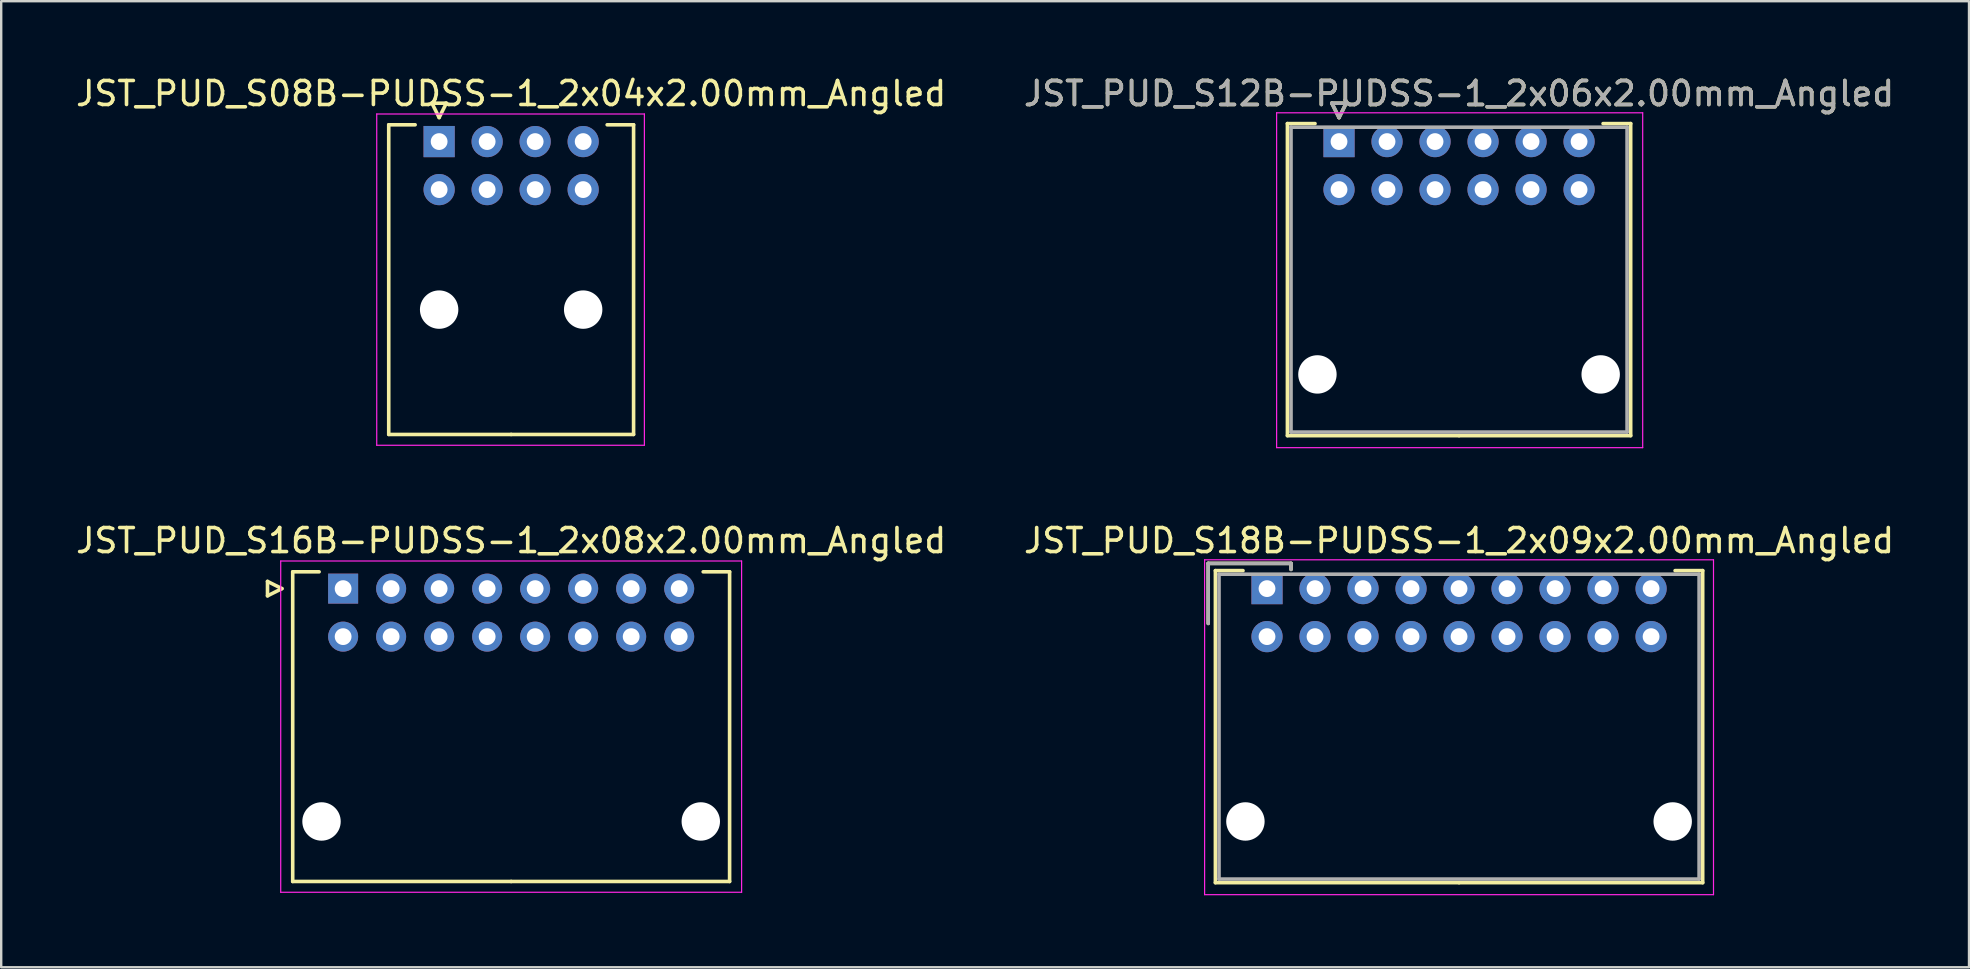
<source format=kicad_pcb>
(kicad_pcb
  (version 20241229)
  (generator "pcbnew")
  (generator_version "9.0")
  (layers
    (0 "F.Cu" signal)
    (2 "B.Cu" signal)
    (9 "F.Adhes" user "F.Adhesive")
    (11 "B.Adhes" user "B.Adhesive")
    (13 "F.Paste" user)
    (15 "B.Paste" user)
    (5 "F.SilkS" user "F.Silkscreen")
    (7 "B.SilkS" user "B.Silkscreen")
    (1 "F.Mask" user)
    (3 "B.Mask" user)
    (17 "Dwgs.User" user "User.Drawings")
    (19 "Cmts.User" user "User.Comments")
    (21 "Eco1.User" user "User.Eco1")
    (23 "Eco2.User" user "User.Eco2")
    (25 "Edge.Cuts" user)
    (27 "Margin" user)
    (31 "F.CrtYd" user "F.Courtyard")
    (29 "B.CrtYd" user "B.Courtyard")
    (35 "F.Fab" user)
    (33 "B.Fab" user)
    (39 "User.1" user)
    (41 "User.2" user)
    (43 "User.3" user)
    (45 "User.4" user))
  (footprint "JST_PUD_S12B-PUDSS-1_2x06x2.00mm_Angled"
    (layer "F.Cu")
    (at 52.732 2.848)
    (property "Reference" "JST_PUD_S12B-PUDSS-1_2x06x2.00mm_Angled" (at 5 -2 0) (layer "F.SilkS") (effects (font (size 1 1) (thickness 0.15))))
    (attr through_hole)
    (fp_line (start -2.15 -0.75) (end -2.15 12.25) (stroke (width 0.15) (type solid)) (layer "F.SilkS"))
    (fp_line (start -2.15 12.25) (end 5 12.25) (stroke (width 0.15) (type solid)) (layer "F.SilkS"))
    (fp_line (start -1 -0.75) (end -2.15 -0.75) (stroke (width 0.15) (type solid)) (layer "F.SilkS"))
    (fp_line (start -0.3 -1.6) (end 0.3 -1.6) (stroke (width 0.15) (type solid)) (layer "F.SilkS"))
    (fp_line (start 0 -1) (end -0.3 -1.6) (stroke (width 0.15) (type solid)) (layer "F.SilkS"))
    (fp_line (start 0.3 -1.6) (end 0 -1) (stroke (width 0.15) (type solid)) (layer "F.SilkS"))
    (fp_line (start 11 -0.75) (end 12.15 -0.75) (stroke (width 0.15) (type solid)) (layer "F.SilkS"))
    (fp_line (start 12.15 -0.75) (end 12.15 12.25) (stroke (width 0.15) (type solid)) (layer "F.SilkS"))
    (fp_line (start 12.15 12.25) (end 5 12.25) (stroke (width 0.15) (type solid)) (layer "F.SilkS"))
    (fp_line (start -2.6 -1.2) (end -2.6 12.75) (stroke (width 0.05) (type solid)) (layer "F.CrtYd"))
    (fp_line (start -2.6 12.75) (end 12.65 12.75) (stroke (width 0.05) (type solid)) (layer "F.CrtYd"))
    (fp_line (start 12.65 -1.2) (end -2.6 -1.2) (stroke (width 0.05) (type solid)) (layer "F.CrtYd"))
    (fp_line (start 12.65 12.75) (end 12.65 -1.2) (stroke (width 0.05) (type solid)) (layer "F.CrtYd"))
    (fp_line (start -2 -0.6) (end -2 12.1) (stroke (width 0.15) (type solid)) (layer "F.Fab"))
    (fp_line (start -2 12.1) (end 12 12.1) (stroke (width 0.15) (type solid)) (layer "F.Fab"))
    (fp_line (start -0.3 -1.6) (end 0.3 -1.6) (stroke (width 0.15) (type solid)) (layer "F.Fab"))
    (fp_line (start 0 -1) (end -0.3 -1.6) (stroke (width 0.15) (type solid)) (layer "F.Fab"))
    (fp_line (start 0.3 -1.6) (end 0 -1) (stroke (width 0.15) (type solid)) (layer "F.Fab"))
    (fp_line (start 12 -0.6) (end -2 -0.6) (stroke (width 0.15) (type solid)) (layer "F.Fab"))
    (fp_line (start 12 12.1) (end 12 -0.6) (stroke (width 0.15) (type solid)) (layer "F.Fab"))
    (fp_text user "${REFERENCE}" (at 5 -2 0) (layer "F.Fab") (effects (font (size 1 1) (thickness 0.15))))
    (pad "" np_thru_hole circle (at -0.9 9.7) (size 1.6 1.6) (drill 1.6) (layers "*.Cu"))
    (pad "" np_thru_hole circle (at 10.9 9.7) (size 1.6 1.6) (drill 1.6) (layers "*.Cu"))
    (pad "1" thru_hole rect (at 0 0) (size 1.3 1.3) (drill 0.7) (layers "*.Cu" "*.Mask"))
    (pad "2" thru_hole circle (at 0 2) (size 1.3 1.3) (drill 0.7) (layers "*.Cu" "*.Mask"))
    (pad "3" thru_hole circle (at 2 0) (size 1.3 1.3) (drill 0.7) (layers "*.Cu" "*.Mask"))
    (pad "4" thru_hole circle (at 2 2) (size 1.3 1.3) (drill 0.7) (layers "*.Cu" "*.Mask"))
    (pad "5" thru_hole circle (at 4 0) (size 1.3 1.3) (drill 0.7) (layers "*.Cu" "*.Mask"))
    (pad "6" thru_hole circle (at 4 2) (size 1.3 1.3) (drill 0.7) (layers "*.Cu" "*.Mask"))
    (pad "7" thru_hole circle (at 6 0) (size 1.3 1.3) (drill 0.7) (layers "*.Cu" "*.Mask"))
    (pad "8" thru_hole circle (at 6 2) (size 1.3 1.3) (drill 0.7) (layers "*.Cu" "*.Mask"))
    (pad "9" thru_hole circle (at 8 0) (size 1.3 1.3) (drill 0.7) (layers "*.Cu" "*.Mask"))
    (pad "10" thru_hole circle (at 8 2) (size 1.3 1.3) (drill 0.7) (layers "*.Cu" "*.Mask"))
    (pad "11" thru_hole circle (at 10 0) (size 1.3 1.3) (drill 0.7) (layers "*.Cu" "*.Mask"))
    (pad "12" thru_hole circle (at 10 2) (size 1.3 1.3) (drill 0.7) (layers "*.Cu" "*.Mask")))
  (footprint "JST_PUD_S18B-PUDSS-1_2x09x2.00mm_Angled"
    (layer "F.Cu")
    (at 49.732 21.471)
    (property "Reference" "JST_PUD_S18B-PUDSS-1_2x09x2.00mm_Angled" (at 8 -2 0) (layer "F.SilkS") (effects (font (size 1 1) (thickness 0.15))))
    (attr through_hole)
    (fp_line (start -2.45 -1.05) (end -2.45 1.45) (stroke (width 0.15) (type solid)) (layer "F.SilkS"))
    (fp_line (start -2.15 -0.75) (end -2.15 12.25) (stroke (width 0.15) (type solid)) (layer "F.SilkS"))
    (fp_line (start -2.15 12.25) (end 8 12.25) (stroke (width 0.15) (type solid)) (layer "F.SilkS"))
    (fp_line (start -1 -0.75) (end -2.15 -0.75) (stroke (width 0.15) (type solid)) (layer "F.SilkS"))
    (fp_line (start 1 -1.05) (end -2.45 -1.05) (stroke (width 0.15) (type solid)) (layer "F.SilkS"))
    (fp_line (start 1 -0.8) (end 1 -1.05) (stroke (width 0.15) (type solid)) (layer "F.SilkS"))
    (fp_line (start 17 -0.75) (end 18.15 -0.75) (stroke (width 0.15) (type solid)) (layer "F.SilkS"))
    (fp_line (start 18.15 -0.75) (end 18.15 12.25) (stroke (width 0.15) (type solid)) (layer "F.SilkS"))
    (fp_line (start 18.15 12.25) (end 8 12.25) (stroke (width 0.15) (type solid)) (layer "F.SilkS"))
    (fp_line (start -2.6 -1.2) (end -2.6 12.75) (stroke (width 0.05) (type solid)) (layer "F.CrtYd"))
    (fp_line (start -2.6 12.75) (end 18.6 12.75) (stroke (width 0.05) (type solid)) (layer "F.CrtYd"))
    (fp_line (start 18.6 -1.2) (end -2.6 -1.2) (stroke (width 0.05) (type solid)) (layer "F.CrtYd"))
    (fp_line (start 18.6 12.75) (end 18.6 -1.2) (stroke (width 0.05) (type solid)) (layer "F.CrtYd"))
    (fp_line (start -2.45 -1.05) (end -2.45 1.45) (stroke (width 0.15) (type solid)) (layer "F.Fab"))
    (fp_line (start -2 -0.6) (end -2 12.1) (stroke (width 0.15) (type solid)) (layer "F.Fab"))
    (fp_line (start -2 12.1) (end 18 12.1) (stroke (width 0.15) (type solid)) (layer "F.Fab"))
    (fp_line (start 1 -1.05) (end -2.45 -1.05) (stroke (width 0.15) (type solid)) (layer "F.Fab"))
    (fp_line (start 1 -0.8) (end 1 -1.05) (stroke (width 0.15) (type solid)) (layer "F.Fab"))
    (fp_line (start 18 -0.6) (end -2 -0.6) (stroke (width 0.15) (type solid)) (layer "F.Fab"))
    (fp_line (start 18 12.1) (end 18 -0.6) (stroke (width 0.15) (type solid)) (layer "F.Fab"))
    (pad "" np_thru_hole circle (at -0.9 9.7) (size 1.6 1.6) (drill 1.6) (layers "*.Cu"))
    (pad "" np_thru_hole circle (at 16.9 9.7) (size 1.6 1.6) (drill 1.6) (layers "*.Cu"))
    (pad "1" thru_hole rect (at 0 0) (size 1.3 1.3) (drill 0.7) (layers "*.Cu" "*.Mask"))
    (pad "2" thru_hole circle (at 0 2) (size 1.3 1.3) (drill 0.7) (layers "*.Cu" "*.Mask"))
    (pad "3" thru_hole circle (at 2 0) (size 1.3 1.3) (drill 0.7) (layers "*.Cu" "*.Mask"))
    (pad "4" thru_hole circle (at 2 2) (size 1.3 1.3) (drill 0.7) (layers "*.Cu" "*.Mask"))
    (pad "5" thru_hole circle (at 4 0) (size 1.3 1.3) (drill 0.7) (layers "*.Cu" "*.Mask"))
    (pad "6" thru_hole circle (at 4 2) (size 1.3 1.3) (drill 0.7) (layers "*.Cu" "*.Mask"))
    (pad "7" thru_hole circle (at 6 0) (size 1.3 1.3) (drill 0.7) (layers "*.Cu" "*.Mask"))
    (pad "8" thru_hole circle (at 6 2) (size 1.3 1.3) (drill 0.7) (layers "*.Cu" "*.Mask"))
    (pad "9" thru_hole circle (at 8 0) (size 1.3 1.3) (drill 0.7) (layers "*.Cu" "*.Mask"))
    (pad "10" thru_hole circle (at 8 2) (size 1.3 1.3) (drill 0.7) (layers "*.Cu" "*.Mask"))
    (pad "11" thru_hole circle (at 10 0) (size 1.3 1.3) (drill 0.7) (layers "*.Cu" "*.Mask"))
    (pad "12" thru_hole circle (at 10 2) (size 1.3 1.3) (drill 0.7) (layers "*.Cu" "*.Mask"))
    (pad "13" thru_hole circle (at 12 0) (size 1.3 1.3) (drill 0.7) (layers "*.Cu" "*.Mask"))
    (pad "14" thru_hole circle (at 12 2) (size 1.3 1.3) (drill 0.7) (layers "*.Cu" "*.Mask"))
    (pad "15" thru_hole circle (at 14 0) (size 1.3 1.3) (drill 0.7) (layers "*.Cu" "*.Mask"))
    (pad "16" thru_hole circle (at 14 2) (size 1.3 1.3) (drill 0.7) (layers "*.Cu" "*.Mask"))
    (pad "17" thru_hole circle (at 16 0) (size 1.3 1.3) (drill 0.7) (layers "*.Cu" "*.Mask"))
    (pad "18" thru_hole circle (at 16 2) (size 1.3 1.3) (drill 0.7) (layers "*.Cu" "*.Mask")))
  (footprint "JST_PUD_S16B-PUDSS-1_2x08x2.00mm_Angled"
    (layer "F.Cu")
    (at 11.244 21.471)
    (property "Reference" "JST_PUD_S16B-PUDSS-1_2x08x2.00mm_Angled" (at 7 -2 0) (layer "F.SilkS") (effects (font (size 1 1) (thickness 0.15))))
    (attr through_hole)
    (fp_line (start -3.15 -0.3) (end -3.15 0.3) (stroke (width 0.15) (type solid)) (layer "F.SilkS"))
    (fp_line (start -3.15 0.3) (end -2.55 0) (stroke (width 0.15) (type solid)) (layer "F.SilkS"))
    (fp_line (start -2.55 0) (end -3.15 -0.3) (stroke (width 0.15) (type solid)) (layer "F.SilkS"))
    (fp_line (start -2.1 -0.7) (end -2.1 12.2) (stroke (width 0.15) (type solid)) (layer "F.SilkS"))
    (fp_line (start -2.1 12.2) (end 7 12.2) (stroke (width 0.15) (type solid)) (layer "F.SilkS"))
    (fp_line (start -1 -0.7) (end -2.1 -0.7) (stroke (width 0.15) (type solid)) (layer "F.SilkS"))
    (fp_line (start 15 -0.7) (end 16.1 -0.7) (stroke (width 0.15) (type solid)) (layer "F.SilkS"))
    (fp_line (start 16.1 -0.7) (end 16.1 12.2) (stroke (width 0.15) (type solid)) (layer "F.SilkS"))
    (fp_line (start 16.1 12.2) (end 7 12.2) (stroke (width 0.15) (type solid)) (layer "F.SilkS"))
    (fp_line (start -2.6 -1.15) (end -2.6 12.65) (stroke (width 0.05) (type solid)) (layer "F.CrtYd"))
    (fp_line (start -2.6 12.65) (end 16.6 12.65) (stroke (width 0.05) (type solid)) (layer "F.CrtYd"))
    (fp_line (start 16.6 -1.15) (end -2.6 -1.15) (stroke (width 0.05) (type solid)) (layer "F.CrtYd"))
    (fp_line (start 16.6 12.65) (end 16.6 -1.15) (stroke (width 0.05) (type solid)) (layer "F.CrtYd"))
    (pad "" np_thru_hole circle (at -0.9 9.7) (size 1.6 1.6) (drill 1.6) (layers "*.Cu"))
    (pad "" np_thru_hole circle (at 14.9 9.7) (size 1.6 1.6) (drill 1.6) (layers "*.Cu"))
    (pad "1" thru_hole rect (at 0 0) (size 1.25 1.25) (drill 0.7) (layers "*.Cu" "*.Mask"))
    (pad "2" thru_hole circle (at 0 2) (size 1.25 1.25) (drill 0.7) (layers "*.Cu" "*.Mask"))
    (pad "3" thru_hole circle (at 2 0) (size 1.25 1.25) (drill 0.7) (layers "*.Cu" "*.Mask"))
    (pad "4" thru_hole circle (at 2 2) (size 1.25 1.25) (drill 0.7) (layers "*.Cu" "*.Mask"))
    (pad "5" thru_hole circle (at 4 0) (size 1.25 1.25) (drill 0.7) (layers "*.Cu" "*.Mask"))
    (pad "6" thru_hole circle (at 4 2) (size 1.25 1.25) (drill 0.7) (layers "*.Cu" "*.Mask"))
    (pad "7" thru_hole circle (at 6 0) (size 1.25 1.25) (drill 0.7) (layers "*.Cu" "*.Mask"))
    (pad "8" thru_hole circle (at 6 2) (size 1.25 1.25) (drill 0.7) (layers "*.Cu" "*.Mask"))
    (pad "9" thru_hole circle (at 8 0) (size 1.25 1.25) (drill 0.7) (layers "*.Cu" "*.Mask"))
    (pad "10" thru_hole circle (at 8 2) (size 1.25 1.25) (drill 0.7) (layers "*.Cu" "*.Mask"))
    (pad "11" thru_hole circle (at 10 0) (size 1.25 1.25) (drill 0.7) (layers "*.Cu" "*.Mask"))
    (pad "12" thru_hole circle (at 10 2) (size 1.25 1.25) (drill 0.7) (layers "*.Cu" "*.Mask"))
    (pad "13" thru_hole circle (at 12 0) (size 1.25 1.25) (drill 0.7) (layers "*.Cu" "*.Mask"))
    (pad "14" thru_hole circle (at 12 2) (size 1.25 1.25) (drill 0.7) (layers "*.Cu" "*.Mask"))
    (pad "15" thru_hole circle (at 14 0) (size 1.25 1.25) (drill 0.7) (layers "*.Cu" "*.Mask"))
    (pad "16" thru_hole circle (at 14 2) (size 1.25 1.25) (drill 0.7) (layers "*.Cu" "*.Mask")))
  (footprint "JST_PUD_S08B-PUDSS-1_2x04x2.00mm_Angled"
    (layer "F.Cu")
    (at 15.244 2.848)
    (property "Reference" "JST_PUD_S08B-PUDSS-1_2x04x2.00mm_Angled" (at 3 -2 0) (layer "F.SilkS") (effects (font (size 1 1) (thickness 0.15))))
    (attr through_hole)
    (fp_line (start -2.1 -0.7) (end -2.1 12.2) (stroke (width 0.15) (type solid)) (layer "F.SilkS"))
    (fp_line (start -2.1 12.2) (end 3 12.2) (stroke (width 0.15) (type solid)) (layer "F.SilkS"))
    (fp_line (start -1 -0.7) (end -2.1 -0.7) (stroke (width 0.15) (type solid)) (layer "F.SilkS"))
    (fp_line (start -0.3 -1.6) (end 0.3 -1.6) (stroke (width 0.15) (type solid)) (layer "F.SilkS"))
    (fp_line (start 0 -1) (end -0.3 -1.6) (stroke (width 0.15) (type solid)) (layer "F.SilkS"))
    (fp_line (start 0.3 -1.6) (end 0 -1) (stroke (width 0.15) (type solid)) (layer "F.SilkS"))
    (fp_line (start 7 -0.7) (end 8.1 -0.7) (stroke (width 0.15) (type solid)) (layer "F.SilkS"))
    (fp_line (start 8.1 -0.7) (end 8.1 12.2) (stroke (width 0.15) (type solid)) (layer "F.SilkS"))
    (fp_line (start 8.1 12.2) (end 3 12.2) (stroke (width 0.15) (type solid)) (layer "F.SilkS"))
    (fp_line (start -2.6 -1.15) (end -2.6 12.65) (stroke (width 0.05) (type solid)) (layer "F.CrtYd"))
    (fp_line (start -2.6 12.65) (end 8.55 12.65) (stroke (width 0.05) (type solid)) (layer "F.CrtYd"))
    (fp_line (start 8.55 -1.15) (end -2.6 -1.15) (stroke (width 0.05) (type solid)) (layer "F.CrtYd"))
    (fp_line (start 8.55 12.65) (end 8.55 -1.15) (stroke (width 0.05) (type solid)) (layer "F.CrtYd"))
    (pad "" np_thru_hole circle (at 0 7) (size 1.6 1.6) (drill 1.6) (layers "*.Cu"))
    (pad "" np_thru_hole circle (at 6 7) (size 1.6 1.6) (drill 1.6) (layers "*.Cu"))
    (pad "1" thru_hole rect (at 0 0) (size 1.3 1.3) (drill 0.7) (layers "*.Cu" "*.Mask"))
    (pad "2" thru_hole circle (at 0 2) (size 1.3 1.3) (drill 0.7) (layers "*.Cu" "*.Mask"))
    (pad "3" thru_hole circle (at 2 0) (size 1.3 1.3) (drill 0.7) (layers "*.Cu" "*.Mask"))
    (pad "4" thru_hole circle (at 2 2) (size 1.3 1.3) (drill 0.7) (layers "*.Cu" "*.Mask"))
    (pad "5" thru_hole circle (at 4 0) (size 1.3 1.3) (drill 0.7) (layers "*.Cu" "*.Mask"))
    (pad "6" thru_hole circle (at 4 2) (size 1.3 1.3) (drill 0.7) (layers "*.Cu" "*.Mask"))
    (pad "7" thru_hole circle (at 6 0) (size 1.3 1.3) (drill 0.7) (layers "*.Cu" "*.Mask"))
    (pad "8" thru_hole circle (at 6 2) (size 1.3 1.3) (drill 0.7) (layers "*.Cu" "*.Mask")))
  (gr_rect
    (start -3 -3)
    (end 78.976 37.246)
    (stroke (width 0.1) (type default))
    (fill no)
    (layer "Edge.Cuts")))
</source>
